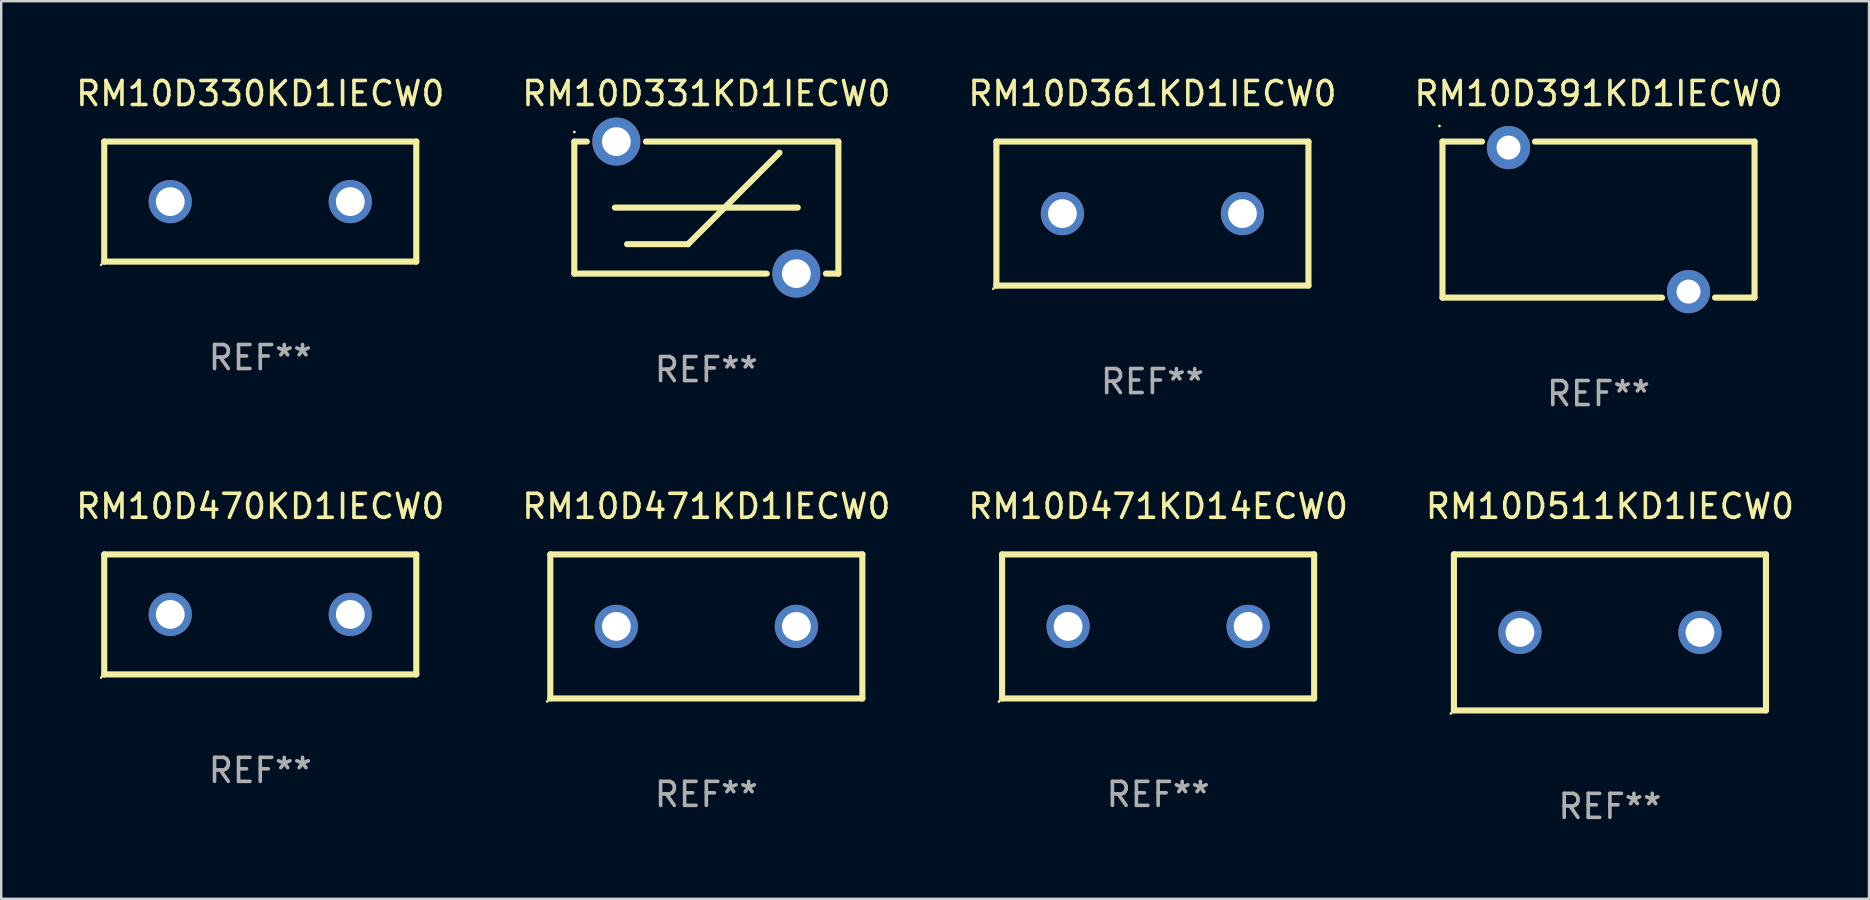
<source format=kicad_pcb>
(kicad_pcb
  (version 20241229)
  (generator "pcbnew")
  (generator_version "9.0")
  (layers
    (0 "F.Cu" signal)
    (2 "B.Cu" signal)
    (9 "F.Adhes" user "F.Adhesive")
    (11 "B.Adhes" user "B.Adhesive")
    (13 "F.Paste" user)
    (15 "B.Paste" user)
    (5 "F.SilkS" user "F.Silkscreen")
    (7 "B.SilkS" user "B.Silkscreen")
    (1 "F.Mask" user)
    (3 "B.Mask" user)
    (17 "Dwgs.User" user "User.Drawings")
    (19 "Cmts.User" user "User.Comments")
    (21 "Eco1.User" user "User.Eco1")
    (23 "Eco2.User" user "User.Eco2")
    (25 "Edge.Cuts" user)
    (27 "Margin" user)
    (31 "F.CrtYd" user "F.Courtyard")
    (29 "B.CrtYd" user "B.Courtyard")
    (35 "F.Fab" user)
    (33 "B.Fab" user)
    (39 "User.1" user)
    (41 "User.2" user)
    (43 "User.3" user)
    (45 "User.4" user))
  (footprint "RM10D331KD1IECW0"
    (layer "F.Cu")
    (at 26.375 5.598)
    (property "Reference" "RM10D331KD1IECW0" (at 0 -4.75 0) (layer "F.SilkS") (effects (font (size 1 1) (thickness 0.15))))
    (attr through_hole)
    (fp_line (start -5.5 -2.75) (end -5.5 2.75) (stroke (width 0.254) (type solid)) (layer "F.SilkS"))
    (fp_line (start -5.5 -2.75) (end -4.98 -2.75) (stroke (width 0.254) (type solid)) (layer "F.SilkS"))
    (fp_line (start -3.81 0) (end 3.81 0) (stroke (width 0.254) (type solid)) (layer "F.SilkS"))
    (fp_line (start -3.302 1.524) (end -0.762 1.524) (stroke (width 0.254) (type solid)) (layer "F.SilkS"))
    (fp_line (start -2.518 -2.75) (end 5.5 -2.75) (stroke (width 0.254) (type solid)) (layer "F.SilkS"))
    (fp_line (start -0.762 1.524) (end 3.048 -2.286) (stroke (width 0.254) (type solid)) (layer "F.SilkS"))
    (fp_line (start 2.518 2.75) (end -5.5 2.75) (stroke (width 0.254) (type solid)) (layer "F.SilkS"))
    (fp_line (start 5.5 2.75) (end 4.98 2.75) (stroke (width 0.254) (type solid)) (layer "F.SilkS"))
    (fp_line (start 5.5 2.75) (end 5.5 -2.75) (stroke (width 0.254) (type solid)) (layer "F.SilkS"))
    (fp_circle (center -5.5 -3.15) (end -5.47 -3.15) (stroke (width 0.06) (type solid)) (fill no) (layer "F.SilkS"))
    (fp_text user "REF**" (at 0 6.75 0) (layer "F.Fab") (effects (font (size 1 1) (thickness 0.15))))
    (pad "1" thru_hole circle (at -3.749 -2.75) (size 2 2) (drill 1.2) (layers "*.Cu" "*.Mask"))
    (pad "2" thru_hole circle (at 3.749 2.75) (size 2 2) (drill 1.2) (layers "*.Cu" "*.Mask")))
  (footprint "RM10D391KD1IECW0"
    (layer "F.Cu")
    (at 63.542 6.098)
    (property "Reference" "RM10D391KD1IECW0" (at 0 -5.25 0) (layer "F.SilkS") (effects (font (size 1 1) (thickness 0.15))))
    (attr through_hole)
    (fp_line (start -6.5 -3.25) (end -4.853 -3.25) (stroke (width 0.254) (type solid)) (layer "F.SilkS"))
    (fp_line (start -6.5 3.25) (end -6.5 -3.25) (stroke (width 0.254) (type solid)) (layer "F.SilkS"))
    (fp_line (start -6.5 3.25) (end 2.647 3.25) (stroke (width 0.254) (type solid)) (layer "F.SilkS"))
    (fp_line (start -2.647 -3.25) (end 6.5 -3.25) (stroke (width 0.254) (type solid)) (layer "F.SilkS"))
    (fp_line (start 4.853 3.25) (end 6.5 3.25) (stroke (width 0.254) (type solid)) (layer "F.SilkS"))
    (fp_line (start 6.5 -3.25) (end 6.5 3.25) (stroke (width 0.254) (type solid)) (layer "F.SilkS"))
    (fp_circle (center -6.627 -3.9) (end -6.597 -3.9) (stroke (width 0.06) (type solid)) (fill no) (layer "F.SilkS"))
    (fp_text user "REF**" (at 0 7.25 0) (layer "F.Fab") (effects (font (size 1 1) (thickness 0.15))))
    (pad "1" thru_hole circle (at -3.75 -3) (size 1.8 1.8) (drill 1) (layers "*.Cu" "*.Mask"))
    (pad "2" thru_hole circle (at 3.75 3) (size 1.8 1.8) (drill 1) (layers "*.Cu" "*.Mask")))
  (footprint "RM10D470KD1IECW0"
    (layer "F.Cu")
    (at 7.792 22.545)
    (property "Reference" "RM10D470KD1IECW0" (at 0 -4.5 0) (layer "F.SilkS") (effects (font (size 1 1) (thickness 0.15))))
    (attr through_hole)
    (fp_line (start -6.5 -2.5) (end 6.5 -2.5) (stroke (width 0.254) (type solid)) (layer "F.SilkS"))
    (fp_line (start -6.5 2.5) (end -6.5 -2.5) (stroke (width 0.254) (type solid)) (layer "F.SilkS"))
    (fp_line (start 6.5 -2.5) (end 6.5 2.5) (stroke (width 0.254) (type solid)) (layer "F.SilkS"))
    (fp_line (start 6.5 2.5) (end -6.5 2.5) (stroke (width 0.254) (type solid)) (layer "F.SilkS"))
    (fp_circle (center -6.627 2.627) (end -6.597 2.627) (stroke (width 0.06) (type solid)) (fill no) (layer "F.SilkS"))
    (fp_text user "REF**" (at 0 6.5 0) (layer "F.Fab") (effects (font (size 1 1) (thickness 0.15))))
    (pad "1" thru_hole circle (at -3.75 0) (size 1.8 1.8) (drill 1.2) (layers "*.Cu" "*.Mask"))
    (pad "2" thru_hole circle (at 3.75 0) (size 1.8 1.8) (drill 1.2) (layers "*.Cu" "*.Mask")))
  (footprint "RM10D361KD1IECW0"
    (layer "F.Cu")
    (at 44.958 5.848)
    (property "Reference" "RM10D361KD1IECW0" (at 0 -5 0) (layer "F.SilkS") (effects (font (size 1 1) (thickness 0.15))))
    (attr through_hole)
    (fp_line (start -6.5 -3) (end 6.5 -3) (stroke (width 0.254) (type solid)) (layer "F.SilkS"))
    (fp_line (start -6.5 3) (end -6.5 -3) (stroke (width 0.254) (type solid)) (layer "F.SilkS"))
    (fp_line (start 6.5 -3) (end 6.5 3) (stroke (width 0.254) (type solid)) (layer "F.SilkS"))
    (fp_line (start 6.5 3) (end -6.5 3) (stroke (width 0.254) (type solid)) (layer "F.SilkS"))
    (fp_circle (center -6.627 3.127) (end -6.597 3.127) (stroke (width 0.06) (type solid)) (fill no) (layer "F.SilkS"))
    (fp_text user "REF**" (at 0 7 0) (layer "F.Fab") (effects (font (size 1 1) (thickness 0.15))))
    (pad "1" thru_hole circle (at -3.75 0) (size 1.8 1.8) (drill 1.2) (layers "*.Cu" "*.Mask"))
    (pad "2" thru_hole circle (at 3.75 0) (size 1.8 1.8) (drill 1.2) (layers "*.Cu" "*.Mask")))
  (footprint "RM10D471KD1IECW0"
    (layer "F.Cu")
    (at 26.375 23.045)
    (property "Reference" "RM10D471KD1IECW0" (at 0 -5 0) (layer "F.SilkS") (effects (font (size 1 1) (thickness 0.15))))
    (attr through_hole)
    (fp_line (start -6.5 -3) (end 6.5 -3) (stroke (width 0.254) (type solid)) (layer "F.SilkS"))
    (fp_line (start -6.5 3) (end -6.5 -3) (stroke (width 0.254) (type solid)) (layer "F.SilkS"))
    (fp_line (start 6.5 -3) (end 6.5 3) (stroke (width 0.254) (type solid)) (layer "F.SilkS"))
    (fp_line (start 6.5 3) (end -6.5 3) (stroke (width 0.254) (type solid)) (layer "F.SilkS"))
    (fp_circle (center -6.627 3.127) (end -6.597 3.127) (stroke (width 0.06) (type solid)) (fill no) (layer "F.SilkS"))
    (fp_text user "REF**" (at 0 7 0) (layer "F.Fab") (effects (font (size 1 1) (thickness 0.15))))
    (pad "1" thru_hole circle (at -3.75 0) (size 1.8 1.8) (drill 1.2) (layers "*.Cu" "*.Mask"))
    (pad "2" thru_hole circle (at 3.75 0) (size 1.8 1.8) (drill 1.2) (layers "*.Cu" "*.Mask")))
  (footprint "RM10D330KD1IECW0"
    (layer "F.Cu")
    (at 7.792 5.348)
    (property "Reference" "RM10D330KD1IECW0" (at 0 -4.5 0) (layer "F.SilkS") (effects (font (size 1 1) (thickness 0.15))))
    (attr through_hole)
    (fp_line (start -6.5 -2.5) (end 6.5 -2.5) (stroke (width 0.254) (type solid)) (layer "F.SilkS"))
    (fp_line (start -6.5 2.5) (end -6.5 -2.5) (stroke (width 0.254) (type solid)) (layer "F.SilkS"))
    (fp_line (start 6.5 -2.5) (end 6.5 2.5) (stroke (width 0.254) (type solid)) (layer "F.SilkS"))
    (fp_line (start 6.5 2.5) (end -6.5 2.5) (stroke (width 0.254) (type solid)) (layer "F.SilkS"))
    (fp_circle (center -6.627 2.627) (end -6.597 2.627) (stroke (width 0.06) (type solid)) (fill no) (layer "F.SilkS"))
    (fp_text user "REF**" (at 0 6.5 0) (layer "F.Fab") (effects (font (size 1 1) (thickness 0.15))))
    (pad "1" thru_hole circle (at -3.75 0) (size 1.8 1.8) (drill 1.2) (layers "*.Cu" "*.Mask"))
    (pad "2" thru_hole circle (at 3.75 0) (size 1.8 1.8) (drill 1.2) (layers "*.Cu" "*.Mask")))
  (footprint "RM10D511KD1IECW0"
    (layer "F.Cu")
    (at 64.018 23.295)
    (property "Reference" "RM10D511KD1IECW0" (at 0 -5.25 0) (layer "F.SilkS") (effects (font (size 1 1) (thickness 0.15))))
    (attr through_hole)
    (fp_line (start -6.5 -3.25) (end 6.5 -3.25) (stroke (width 0.254) (type solid)) (layer "F.SilkS"))
    (fp_line (start -6.5 3.25) (end -6.5 -3.25) (stroke (width 0.254) (type solid)) (layer "F.SilkS"))
    (fp_line (start 6.5 -3.25) (end 6.5 3.25) (stroke (width 0.254) (type solid)) (layer "F.SilkS"))
    (fp_line (start 6.5 3.25) (end -6.5 3.25) (stroke (width 0.254) (type solid)) (layer "F.SilkS"))
    (fp_circle (center -6.627 3.377) (end -6.597 3.377) (stroke (width 0.06) (type solid)) (fill no) (layer "F.SilkS"))
    (fp_text user "REF**" (at 0 7.25 0) (layer "F.Fab") (effects (font (size 1 1) (thickness 0.15))))
    (pad "1" thru_hole circle (at -3.75 -0.000013) (size 1.8 1.8) (drill 1.2) (layers "*.Cu" "*.Mask"))
    (pad "2" thru_hole circle (at 3.75 -0.000013) (size 1.8 1.8) (drill 1.2) (layers "*.Cu" "*.Mask")))
  (footprint "RM10D471KD14ECW0"
    (layer "F.Cu")
    (at 45.196 23.045)
    (property "Reference" "RM10D471KD14ECW0" (at 0 -5 0) (layer "F.SilkS") (effects (font (size 1 1) (thickness 0.15))))
    (attr through_hole)
    (fp_line (start -6.5 -3) (end 6.5 -3) (stroke (width 0.254) (type solid)) (layer "F.SilkS"))
    (fp_line (start -6.5 3) (end -6.5 -3) (stroke (width 0.254) (type solid)) (layer "F.SilkS"))
    (fp_line (start 6.5 -3) (end 6.5 3) (stroke (width 0.254) (type solid)) (layer "F.SilkS"))
    (fp_line (start 6.5 3) (end -6.5 3) (stroke (width 0.254) (type solid)) (layer "F.SilkS"))
    (fp_circle (center -6.627 3.127) (end -6.597 3.127) (stroke (width 0.06) (type solid)) (fill no) (layer "F.SilkS"))
    (fp_text user "REF**" (at 0 7 0) (layer "F.Fab") (effects (font (size 1 1) (thickness 0.15))))
    (pad "1" thru_hole circle (at -3.75 0) (size 1.8 1.8) (drill 1.2) (layers "*.Cu" "*.Mask"))
    (pad "2" thru_hole circle (at 3.75 0) (size 1.8 1.8) (drill 1.2) (layers "*.Cu" "*.Mask")))
  (gr_rect
    (start -3 -3)
    (end 74.81 34.393)
    (stroke (width 0.1) (type default))
    (fill no)
    (layer "Edge.Cuts")))
</source>
